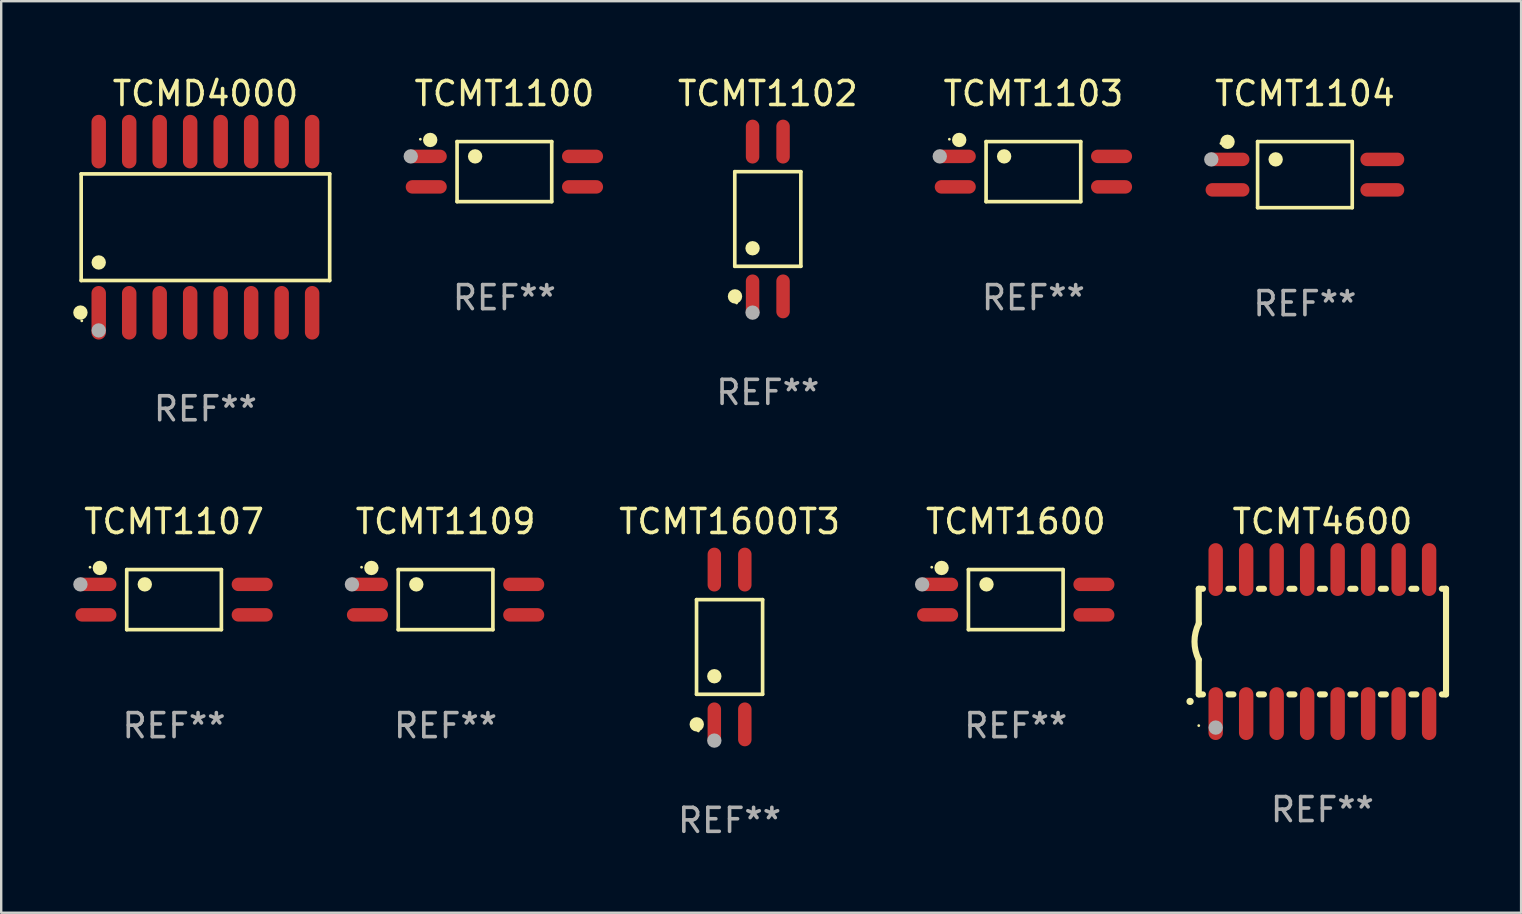
<source format=kicad_pcb>
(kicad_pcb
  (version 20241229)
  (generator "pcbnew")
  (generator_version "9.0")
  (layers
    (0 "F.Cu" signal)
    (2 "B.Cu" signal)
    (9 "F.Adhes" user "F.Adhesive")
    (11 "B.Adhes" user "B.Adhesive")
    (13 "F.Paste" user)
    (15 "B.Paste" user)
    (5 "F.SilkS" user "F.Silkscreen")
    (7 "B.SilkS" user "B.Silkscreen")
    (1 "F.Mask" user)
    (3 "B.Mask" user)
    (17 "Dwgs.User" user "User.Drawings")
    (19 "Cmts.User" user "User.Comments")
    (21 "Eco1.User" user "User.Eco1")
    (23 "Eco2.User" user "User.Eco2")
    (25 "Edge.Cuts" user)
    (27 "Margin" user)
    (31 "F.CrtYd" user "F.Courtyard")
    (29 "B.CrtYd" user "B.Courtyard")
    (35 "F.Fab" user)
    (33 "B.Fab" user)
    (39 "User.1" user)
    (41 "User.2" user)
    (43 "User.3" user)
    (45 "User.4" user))
  (footprint "TCMT1102"
    (layer "F.Cu")
    (at 28.933 6.072)
    (property "Reference" "TCMT1102" (at 0 -5.224 0) (layer "F.SilkS") (effects (font (size 1 1) (thickness 0.15))))
    (attr through_hole)
    (fp_line (start -1.376 -1.971) (end 1.376 -1.971) (stroke (width 0.152) (type solid)) (layer "F.SilkS"))
    (fp_line (start -1.376 1.971) (end -1.376 -1.971) (stroke (width 0.152) (type solid)) (layer "F.SilkS"))
    (fp_line (start 1.376 -1.971) (end 1.376 1.971) (stroke (width 0.152) (type solid)) (layer "F.SilkS"))
    (fp_line (start 1.376 1.971) (end -1.376 1.971) (stroke (width 0.152) (type solid)) (layer "F.SilkS"))
    (fp_circle (center -1.367 3.224) (end -1.217 3.224) (stroke (width 0.3) (type solid)) (fill no) (layer "F.SilkS"))
    (fp_circle (center -1.3 3.5) (end -1.27 3.5) (stroke (width 0.06) (type solid)) (fill no) (layer "F.SilkS"))
    (fp_circle (center -0.635 1.219) (end -0.485 1.219) (stroke (width 0.3) (type solid)) (fill no) (layer "F.SilkS"))
    (fp_circle (center -0.635 3.9) (end -0.485 3.9) (stroke (width 0.3) (type solid)) (fill no) (layer "F.Fab"))
    (fp_text user "REF**" (at 0 7.224 0) (layer "F.Fab") (effects (font (size 1 1) (thickness 0.15))))
    (pad "1" smd oval (at -0.635 3.224) (size 0.56 1.827) (layers "F.Cu" "F.Mask" "F.Paste"))
    (pad "2" smd oval (at 0.635 3.224) (size 0.56 1.827) (layers "F.Cu" "F.Mask" "F.Paste"))
    (pad "3" smd oval (at 0.635 -3.224) (size 0.56 1.827) (layers "F.Cu" "F.Mask" "F.Paste"))
    (pad "4" smd oval (at -0.635 -3.224) (size 0.56 1.827) (layers "F.Cu" "F.Mask" "F.Paste")))
  (footprint "TCMT1600T3"
    (layer "F.Cu")
    (at 27.34 23.899)
    (property "Reference" "TCMT1600T3" (at 0 -5.224 0) (layer "F.SilkS") (effects (font (size 1 1) (thickness 0.15))))
    (attr through_hole)
    (fp_line (start -1.376 -1.971) (end 1.376 -1.971) (stroke (width 0.152) (type solid)) (layer "F.SilkS"))
    (fp_line (start -1.376 1.971) (end -1.376 -1.971) (stroke (width 0.152) (type solid)) (layer "F.SilkS"))
    (fp_line (start 1.376 -1.971) (end 1.376 1.971) (stroke (width 0.152) (type solid)) (layer "F.SilkS"))
    (fp_line (start 1.376 1.971) (end -1.376 1.971) (stroke (width 0.152) (type solid)) (layer "F.SilkS"))
    (fp_circle (center -1.367 3.224) (end -1.217 3.224) (stroke (width 0.3) (type solid)) (fill no) (layer "F.SilkS"))
    (fp_circle (center -1.3 3.5) (end -1.27 3.5) (stroke (width 0.06) (type solid)) (fill no) (layer "F.SilkS"))
    (fp_circle (center -0.635 1.219) (end -0.485 1.219) (stroke (width 0.3) (type solid)) (fill no) (layer "F.SilkS"))
    (fp_circle (center -0.635 3.9) (end -0.485 3.9) (stroke (width 0.3) (type solid)) (fill no) (layer "F.Fab"))
    (fp_text user "REF**" (at 0 7.224 0) (layer "F.Fab") (effects (font (size 1 1) (thickness 0.15))))
    (pad "1" smd oval (at -0.635 3.224) (size 0.56 1.827) (layers "F.Cu" "F.Mask" "F.Paste"))
    (pad "2" smd oval (at 0.635 3.224) (size 0.56 1.827) (layers "F.Cu" "F.Mask" "F.Paste"))
    (pad "3" smd oval (at 0.635 -3.224) (size 0.56 1.827) (layers "F.Cu" "F.Mask" "F.Paste"))
    (pad "4" smd oval (at -0.635 -3.224) (size 0.56 1.827) (layers "F.Cu" "F.Mask" "F.Paste")))
  (footprint "TCMT1109"
    (layer "F.Cu")
    (at 15.51 21.927)
    (property "Reference" "TCMT1109" (at 0 -3.251 0) (layer "F.SilkS") (effects (font (size 1 1) (thickness 0.15))))
    (attr through_hole)
    (fp_line (start -1.971 -1.251) (end 1.972 -1.251) (stroke (width 0.152) (type solid)) (layer "F.SilkS"))
    (fp_line (start -1.971 1.251) (end -1.971 -1.251) (stroke (width 0.152) (type solid)) (layer "F.SilkS"))
    (fp_line (start 1.972 -1.251) (end 1.972 1.251) (stroke (width 0.152) (type solid)) (layer "F.SilkS"))
    (fp_line (start 1.972 1.251) (end -1.971 1.251) (stroke (width 0.152) (type solid)) (layer "F.SilkS"))
    (fp_circle (center -3.5 -1.35) (end -3.47 -1.35) (stroke (width 0.06) (type solid)) (fill no) (layer "F.SilkS"))
    (fp_circle (center -3.09 -1.319) (end -2.94 -1.319) (stroke (width 0.3) (type solid)) (fill no) (layer "F.SilkS"))
    (fp_circle (center -1.219 -0.635) (end -1.069 -0.635) (stroke (width 0.3) (type solid)) (fill no) (layer "F.SilkS"))
    (fp_circle (center -3.9 -0.635) (end -3.75 -0.635) (stroke (width 0.3) (type solid)) (fill no) (layer "F.Fab"))
    (fp_text user "REF**" (at 0 5.251 0) (layer "F.Fab") (effects (font (size 1 1) (thickness 0.15))))
    (pad "1" smd oval (at -3.255 -0.635 270) (size 0.56 1.71) (layers "F.Cu" "F.Mask" "F.Paste"))
    (pad "2" smd oval (at -3.255 0.635 270) (size 0.56 1.71) (layers "F.Cu" "F.Mask" "F.Paste"))
    (pad "3" smd oval (at 3.255 0.635 270) (size 0.56 1.71) (layers "F.Cu" "F.Mask" "F.Paste"))
    (pad "4" smd oval (at 3.255 -0.635 270) (size 0.56 1.71) (layers "F.Cu" "F.Mask" "F.Paste")))
  (footprint "TCMT1600"
    (layer "F.Cu")
    (at 39.261 21.927)
    (property "Reference" "TCMT1600" (at 0 -3.251 0) (layer "F.SilkS") (effects (font (size 1 1) (thickness 0.15))))
    (attr through_hole)
    (fp_line (start -1.971 -1.251) (end 1.972 -1.251) (stroke (width 0.152) (type solid)) (layer "F.SilkS"))
    (fp_line (start -1.971 1.251) (end -1.971 -1.251) (stroke (width 0.152) (type solid)) (layer "F.SilkS"))
    (fp_line (start 1.972 -1.251) (end 1.972 1.251) (stroke (width 0.152) (type solid)) (layer "F.SilkS"))
    (fp_line (start 1.972 1.251) (end -1.971 1.251) (stroke (width 0.152) (type solid)) (layer "F.SilkS"))
    (fp_circle (center -3.5 -1.35) (end -3.47 -1.35) (stroke (width 0.06) (type solid)) (fill no) (layer "F.SilkS"))
    (fp_circle (center -3.09 -1.319) (end -2.94 -1.319) (stroke (width 0.3) (type solid)) (fill no) (layer "F.SilkS"))
    (fp_circle (center -1.219 -0.635) (end -1.069 -0.635) (stroke (width 0.3) (type solid)) (fill no) (layer "F.SilkS"))
    (fp_circle (center -3.9 -0.635) (end -3.75 -0.635) (stroke (width 0.3) (type solid)) (fill no) (layer "F.Fab"))
    (fp_text user "REF**" (at 0 5.251 0) (layer "F.Fab") (effects (font (size 1 1) (thickness 0.15))))
    (pad "1" smd oval (at -3.255 -0.635 270) (size 0.56 1.71) (layers "F.Cu" "F.Mask" "F.Paste"))
    (pad "2" smd oval (at -3.255 0.635 270) (size 0.56 1.71) (layers "F.Cu" "F.Mask" "F.Paste"))
    (pad "3" smd oval (at 3.255 0.635 270) (size 0.56 1.71) (layers "F.Cu" "F.Mask" "F.Paste"))
    (pad "4" smd oval (at 3.255 -0.635 270) (size 0.56 1.71) (layers "F.Cu" "F.Mask" "F.Paste")))
  (footprint "TCMD4000"
    (layer "F.Cu")
    (at 5.507 6.414)
    (property "Reference" "TCMD4000" (at 0 -5.565 0) (layer "F.SilkS") (effects (font (size 1 1) (thickness 0.15))))
    (attr through_hole)
    (fp_line (start -5.176 -2.221) (end 5.176 -2.221) (stroke (width 0.152) (type solid)) (layer "F.SilkS"))
    (fp_line (start -5.176 2.221) (end -5.176 -2.221) (stroke (width 0.152) (type solid)) (layer "F.SilkS"))
    (fp_line (start 5.176 -2.221) (end 5.176 2.221) (stroke (width 0.152) (type solid)) (layer "F.SilkS"))
    (fp_line (start 5.176 2.221) (end -5.176 2.221) (stroke (width 0.152) (type solid)) (layer "F.SilkS"))
    (fp_circle (center -5.207 3.556) (end -5.057 3.556) (stroke (width 0.3) (type solid)) (fill no) (layer "F.SilkS"))
    (fp_circle (center -5.15 3.9) (end -5.12 3.9) (stroke (width 0.06) (type solid)) (fill no) (layer "F.SilkS"))
    (fp_circle (center -4.445 1.469) (end -4.295 1.469) (stroke (width 0.3) (type solid)) (fill no) (layer "F.SilkS"))
    (fp_circle (center -4.445 4.3) (end -4.295 4.3) (stroke (width 0.3) (type solid)) (fill no) (layer "F.Fab"))
    (fp_text user "REF**" (at 0 7.565 0) (layer "F.Fab") (effects (font (size 1 1) (thickness 0.15))))
    (pad "1" smd oval (at -4.445 3.565) (size 0.602 2.231) (layers "F.Cu" "F.Mask" "F.Paste"))
    (pad "2" smd oval (at -3.175 3.565) (size 0.602 2.231) (layers "F.Cu" "F.Mask" "F.Paste"))
    (pad "3" smd oval (at -1.905 3.565) (size 0.602 2.231) (layers "F.Cu" "F.Mask" "F.Paste"))
    (pad "4" smd oval (at -0.635 3.565) (size 0.602 2.231) (layers "F.Cu" "F.Mask" "F.Paste"))
    (pad "5" smd oval (at 0.635 3.565) (size 0.602 2.231) (layers "F.Cu" "F.Mask" "F.Paste"))
    (pad "6" smd oval (at 1.905 3.565) (size 0.602 2.231) (layers "F.Cu" "F.Mask" "F.Paste"))
    (pad "7" smd oval (at 3.175 3.565) (size 0.602 2.231) (layers "F.Cu" "F.Mask" "F.Paste"))
    (pad "8" smd oval (at 4.445 3.565) (size 0.602 2.231) (layers "F.Cu" "F.Mask" "F.Paste"))
    (pad "9" smd oval (at 4.445 -3.565) (size 0.602 2.231) (layers "F.Cu" "F.Mask" "F.Paste"))
    (pad "10" smd oval (at 3.175 -3.565) (size 0.602 2.231) (layers "F.Cu" "F.Mask" "F.Paste"))
    (pad "11" smd oval (at 1.905 -3.565) (size 0.602 2.231) (layers "F.Cu" "F.Mask" "F.Paste"))
    (pad "12" smd oval (at 0.635 -3.565) (size 0.602 2.231) (layers "F.Cu" "F.Mask" "F.Paste"))
    (pad "13" smd oval (at -0.635 -3.565) (size 0.602 2.231) (layers "F.Cu" "F.Mask" "F.Paste"))
    (pad "14" smd oval (at -1.905 -3.565) (size 0.602 2.231) (layers "F.Cu" "F.Mask" "F.Paste"))
    (pad "15" smd oval (at -3.175 -3.565) (size 0.602 2.231) (layers "F.Cu" "F.Mask" "F.Paste"))
    (pad "16" smd oval (at -4.445 -3.565) (size 0.602 2.231) (layers "F.Cu" "F.Mask" "F.Paste")))
  (footprint "TCMT1103"
    (layer "F.Cu")
    (at 39.996 4.099)
    (property "Reference" "TCMT1103" (at 0 -3.251 0) (layer "F.SilkS") (effects (font (size 1 1) (thickness 0.15))))
    (attr through_hole)
    (fp_line (start -1.971 -1.251) (end 1.972 -1.251) (stroke (width 0.152) (type solid)) (layer "F.SilkS"))
    (fp_line (start -1.971 1.251) (end -1.971 -1.251) (stroke (width 0.152) (type solid)) (layer "F.SilkS"))
    (fp_line (start 1.972 -1.251) (end 1.972 1.251) (stroke (width 0.152) (type solid)) (layer "F.SilkS"))
    (fp_line (start 1.972 1.251) (end -1.971 1.251) (stroke (width 0.152) (type solid)) (layer "F.SilkS"))
    (fp_circle (center -3.5 -1.35) (end -3.47 -1.35) (stroke (width 0.06) (type solid)) (fill no) (layer "F.SilkS"))
    (fp_circle (center -3.09 -1.319) (end -2.94 -1.319) (stroke (width 0.3) (type solid)) (fill no) (layer "F.SilkS"))
    (fp_circle (center -1.219 -0.635) (end -1.069 -0.635) (stroke (width 0.3) (type solid)) (fill no) (layer "F.SilkS"))
    (fp_circle (center -3.9 -0.635) (end -3.75 -0.635) (stroke (width 0.3) (type solid)) (fill no) (layer "F.Fab"))
    (fp_text user "REF**" (at 0 5.251 0) (layer "F.Fab") (effects (font (size 1 1) (thickness 0.15))))
    (pad "1" smd oval (at -3.255 -0.635 270) (size 0.56 1.71) (layers "F.Cu" "F.Mask" "F.Paste"))
    (pad "2" smd oval (at -3.255 0.635 270) (size 0.56 1.71) (layers "F.Cu" "F.Mask" "F.Paste"))
    (pad "3" smd oval (at 3.255 0.635 270) (size 0.56 1.71) (layers "F.Cu" "F.Mask" "F.Paste"))
    (pad "4" smd oval (at 3.255 -0.635 270) (size 0.56 1.71) (layers "F.Cu" "F.Mask" "F.Paste")))
  (footprint "TCMT1107"
    (layer "F.Cu")
    (at 4.2 21.927)
    (property "Reference" "TCMT1107" (at 0 -3.251 0) (layer "F.SilkS") (effects (font (size 1 1) (thickness 0.15))))
    (attr through_hole)
    (fp_line (start -1.971 -1.251) (end 1.972 -1.251) (stroke (width 0.152) (type solid)) (layer "F.SilkS"))
    (fp_line (start -1.971 1.251) (end -1.971 -1.251) (stroke (width 0.152) (type solid)) (layer "F.SilkS"))
    (fp_line (start 1.972 -1.251) (end 1.972 1.251) (stroke (width 0.152) (type solid)) (layer "F.SilkS"))
    (fp_line (start 1.972 1.251) (end -1.971 1.251) (stroke (width 0.152) (type solid)) (layer "F.SilkS"))
    (fp_circle (center -3.5 -1.35) (end -3.47 -1.35) (stroke (width 0.06) (type solid)) (fill no) (layer "F.SilkS"))
    (fp_circle (center -3.09 -1.319) (end -2.94 -1.319) (stroke (width 0.3) (type solid)) (fill no) (layer "F.SilkS"))
    (fp_circle (center -1.219 -0.635) (end -1.069 -0.635) (stroke (width 0.3) (type solid)) (fill no) (layer "F.SilkS"))
    (fp_circle (center -3.9 -0.635) (end -3.75 -0.635) (stroke (width 0.3) (type solid)) (fill no) (layer "F.Fab"))
    (fp_text user "REF**" (at 0 5.251 0) (layer "F.Fab") (effects (font (size 1 1) (thickness 0.15))))
    (pad "1" smd oval (at -3.255 -0.635 270) (size 0.56 1.71) (layers "F.Cu" "F.Mask" "F.Paste"))
    (pad "2" smd oval (at -3.255 0.635 270) (size 0.56 1.71) (layers "F.Cu" "F.Mask" "F.Paste"))
    (pad "3" smd oval (at 3.255 0.635 270) (size 0.56 1.71) (layers "F.Cu" "F.Mask" "F.Paste"))
    (pad "4" smd oval (at 3.255 -0.635 270) (size 0.56 1.71) (layers "F.Cu" "F.Mask" "F.Paste")))
  (footprint "TCMT4600"
    (layer "F.Cu")
    (at 52.034 23.675)
    (property "Reference" "TCMT4600" (at 0 -5 0) (layer "F.SilkS") (effects (font (size 1 1) (thickness 0.15))))
    (attr through_hole)
    (fp_line (start -5.15 -2.2) (end -5.15 -0.75) (stroke (width 0.254) (type solid)) (layer "F.SilkS"))
    (fp_line (start -5.15 -2.2) (end -4.976 -2.2) (stroke (width 0.254) (type solid)) (layer "F.SilkS"))
    (fp_line (start -5.15 2.2) (end -5.15 0.75) (stroke (width 0.254) (type solid)) (layer "F.SilkS"))
    (fp_line (start -5.15 2.2) (end -4.976 2.2) (stroke (width 0.254) (type solid)) (layer "F.SilkS"))
    (fp_line (start -3.914 -2.2) (end -3.706 -2.2) (stroke (width 0.254) (type solid)) (layer "F.SilkS"))
    (fp_line (start -3.914 2.2) (end -3.706 2.2) (stroke (width 0.254) (type solid)) (layer "F.SilkS"))
    (fp_line (start -2.644 -2.2) (end -2.436 -2.2) (stroke (width 0.254) (type solid)) (layer "F.SilkS"))
    (fp_line (start -2.644 2.2) (end -2.436 2.2) (stroke (width 0.254) (type solid)) (layer "F.SilkS"))
    (fp_line (start -1.374 -2.2) (end -1.166 -2.2) (stroke (width 0.254) (type solid)) (layer "F.SilkS"))
    (fp_line (start -1.374 2.2) (end -1.166 2.2) (stroke (width 0.254) (type solid)) (layer "F.SilkS"))
    (fp_line (start -0.104 -2.2) (end 0.104 -2.2) (stroke (width 0.254) (type solid)) (layer "F.SilkS"))
    (fp_line (start -0.104 2.2) (end 0.104 2.2) (stroke (width 0.254) (type solid)) (layer "F.SilkS"))
    (fp_line (start 1.166 -2.2) (end 1.374 -2.2) (stroke (width 0.254) (type solid)) (layer "F.SilkS"))
    (fp_line (start 1.166 2.2) (end 1.374 2.2) (stroke (width 0.254) (type solid)) (layer "F.SilkS"))
    (fp_line (start 2.436 -2.2) (end 2.644 -2.2) (stroke (width 0.254) (type solid)) (layer "F.SilkS"))
    (fp_line (start 2.436 2.2) (end 2.644 2.2) (stroke (width 0.254) (type solid)) (layer "F.SilkS"))
    (fp_line (start 3.706 -2.2) (end 3.914 -2.2) (stroke (width 0.254) (type solid)) (layer "F.SilkS"))
    (fp_line (start 3.706 2.2) (end 3.914 2.2) (stroke (width 0.254) (type solid)) (layer "F.SilkS"))
    (fp_line (start 4.976 -2.2) (end 5.15 -2.2) (stroke (width 0.254) (type solid)) (layer "F.SilkS"))
    (fp_line (start 4.976 2.2) (end 5.15 2.2) (stroke (width 0.254) (type solid)) (layer "F.SilkS"))
    (fp_line (start 5.15 2.2) (end 5.15 -2.2) (stroke (width 0.254) (type solid)) (layer "F.SilkS"))
    (fp_arc (start -5.513081 2.491618) (mid -5.511811 2.491613) (end -5.510541 2.491618) (stroke (width 0.3) (type solid)) (layer "F.SilkS"))
    (fp_arc (start -5.15047 0.751207) (mid -5.327506 0.000556) (end -5.150013 -0.749987) (stroke (width 0.254001) (type solid)) (layer "F.SilkS"))
    (fp_circle (center -5.15 3.5) (end -5.12 3.5) (stroke (width 0.06) (type solid)) (fill no) (layer "F.SilkS"))
    (fp_circle (center -4.445 3.582) (end -4.295 3.582) (stroke (width 0.3) (type solid)) (fill no) (layer "F.Fab"))
    (fp_text user "REF**" (at 0 7 0) (layer "F.Fab") (effects (font (size 1 1) (thickness 0.15))))
    (pad "1" smd oval (at -4.445 3 180) (size 0.6 2.2) (layers "F.Cu" "F.Mask" "F.Paste"))
    (pad "2" smd oval (at -3.175 3 180) (size 0.6 2.2) (layers "F.Cu" "F.Mask" "F.Paste"))
    (pad "3" smd oval (at -1.905 3 180) (size 0.6 2.2) (layers "F.Cu" "F.Mask" "F.Paste"))
    (pad "4" smd oval (at -0.635 3 180) (size 0.6 2.2) (layers "F.Cu" "F.Mask" "F.Paste"))
    (pad "5" smd oval (at 0.635 3 180) (size 0.6 2.2) (layers "F.Cu" "F.Mask" "F.Paste"))
    (pad "6" smd oval (at 1.905 3 180) (size 0.6 2.2) (layers "F.Cu" "F.Mask" "F.Paste"))
    (pad "7" smd oval (at 3.175 3 180) (size 0.6 2.2) (layers "F.Cu" "F.Mask" "F.Paste"))
    (pad "8" smd oval (at 4.445 3 180) (size 0.6 2.2) (layers "F.Cu" "F.Mask" "F.Paste"))
    (pad "9" smd oval (at 4.445 -3 180) (size 0.6 2.2) (layers "F.Cu" "F.Mask" "F.Paste"))
    (pad "10" smd oval (at 3.175 -3 180) (size 0.6 2.2) (layers "F.Cu" "F.Mask" "F.Paste"))
    (pad "11" smd oval (at 1.905 -3 180) (size 0.6 2.2) (layers "F.Cu" "F.Mask" "F.Paste"))
    (pad "12" smd oval (at 0.635 -3 180) (size 0.6 2.2) (layers "F.Cu" "F.Mask" "F.Paste"))
    (pad "13" smd oval (at -0.635 -3 180) (size 0.6 2.2) (layers "F.Cu" "F.Mask" "F.Paste"))
    (pad "14" smd oval (at -1.905 -3 180) (size 0.6 2.2) (layers "F.Cu" "F.Mask" "F.Paste"))
    (pad "15" smd oval (at -3.175 -3 180) (size 0.6 2.2) (layers "F.Cu" "F.Mask" "F.Paste"))
    (pad "16" smd oval (at -4.445 -3 180) (size 0.6 2.2) (layers "F.Cu" "F.Mask" "F.Paste")))
  (footprint "TCMT1104"
    (layer "F.Cu")
    (at 51.306 4.224)
    (property "Reference" "TCMT1104" (at 0 -3.376 0) (layer "F.SilkS") (effects (font (size 1 1) (thickness 0.15))))
    (attr through_hole)
    (fp_line (start -1.971 -1.376) (end 1.971 -1.376) (stroke (width 0.152) (type solid)) (layer "F.SilkS"))
    (fp_line (start -1.971 1.376) (end -1.971 -1.376) (stroke (width 0.152) (type solid)) (layer "F.SilkS"))
    (fp_line (start 1.971 -1.376) (end 1.971 1.376) (stroke (width 0.152) (type solid)) (layer "F.SilkS"))
    (fp_line (start 1.971 1.376) (end -1.971 1.376) (stroke (width 0.152) (type solid)) (layer "F.SilkS"))
    (fp_circle (center -3.5 -1.3) (end -3.47 -1.3) (stroke (width 0.06) (type solid)) (fill no) (layer "F.SilkS"))
    (fp_circle (center -3.224 -1.367) (end -3.073 -1.367) (stroke (width 0.3) (type solid)) (fill no) (layer "F.SilkS"))
    (fp_circle (center -1.219 -0.635) (end -1.069 -0.635) (stroke (width 0.3) (type solid)) (fill no) (layer "F.SilkS"))
    (fp_circle (center -3.9 -0.635) (end -3.75 -0.635) (stroke (width 0.3) (type solid)) (fill no) (layer "F.Fab"))
    (fp_text user "REF**" (at 0 5.376 0) (layer "F.Fab") (effects (font (size 1 1) (thickness 0.15))))
    (pad "1" smd oval (at -3.224 -0.635 270) (size 0.56 1.827) (layers "F.Cu" "F.Mask" "F.Paste"))
    (pad "2" smd oval (at -3.224 0.635 270) (size 0.56 1.827) (layers "F.Cu" "F.Mask" "F.Paste"))
    (pad "3" smd oval (at 3.224 0.635 270) (size 0.56 1.827) (layers "F.Cu" "F.Mask" "F.Paste"))
    (pad "4" smd oval (at 3.224 -0.635 270) (size 0.56 1.827) (layers "F.Cu" "F.Mask" "F.Paste")))
  (footprint "TCMT1100"
    (layer "F.Cu")
    (at 17.96 4.099)
    (property "Reference" "TCMT1100" (at 0 -3.251 0) (layer "F.SilkS") (effects (font (size 1 1) (thickness 0.15))))
    (attr through_hole)
    (fp_line (start -1.971 -1.251) (end 1.972 -1.251) (stroke (width 0.152) (type solid)) (layer "F.SilkS"))
    (fp_line (start -1.971 1.251) (end -1.971 -1.251) (stroke (width 0.152) (type solid)) (layer "F.SilkS"))
    (fp_line (start 1.972 -1.251) (end 1.972 1.251) (stroke (width 0.152) (type solid)) (layer "F.SilkS"))
    (fp_line (start 1.972 1.251) (end -1.971 1.251) (stroke (width 0.152) (type solid)) (layer "F.SilkS"))
    (fp_circle (center -3.5 -1.35) (end -3.47 -1.35) (stroke (width 0.06) (type solid)) (fill no) (layer "F.SilkS"))
    (fp_circle (center -3.09 -1.319) (end -2.94 -1.319) (stroke (width 0.3) (type solid)) (fill no) (layer "F.SilkS"))
    (fp_circle (center -1.219 -0.635) (end -1.069 -0.635) (stroke (width 0.3) (type solid)) (fill no) (layer "F.SilkS"))
    (fp_circle (center -3.9 -0.635) (end -3.75 -0.635) (stroke (width 0.3) (type solid)) (fill no) (layer "F.Fab"))
    (fp_text user "REF**" (at 0 5.251 0) (layer "F.Fab") (effects (font (size 1 1) (thickness 0.15))))
    (pad "1" smd oval (at -3.255 -0.635 270) (size 0.56 1.71) (layers "F.Cu" "F.Mask" "F.Paste"))
    (pad "2" smd oval (at -3.255 0.635 270) (size 0.56 1.71) (layers "F.Cu" "F.Mask" "F.Paste"))
    (pad "3" smd oval (at 3.255 0.635 270) (size 0.56 1.71) (layers "F.Cu" "F.Mask" "F.Paste"))
    (pad "4" smd oval (at 3.255 -0.635 270) (size 0.56 1.71) (layers "F.Cu" "F.Mask" "F.Paste")))
  (gr_rect
    (start -3 -3)
    (end 60.311 34.971)
    (stroke (width 0.1) (type default))
    (fill no)
    (layer "Edge.Cuts")))
</source>
